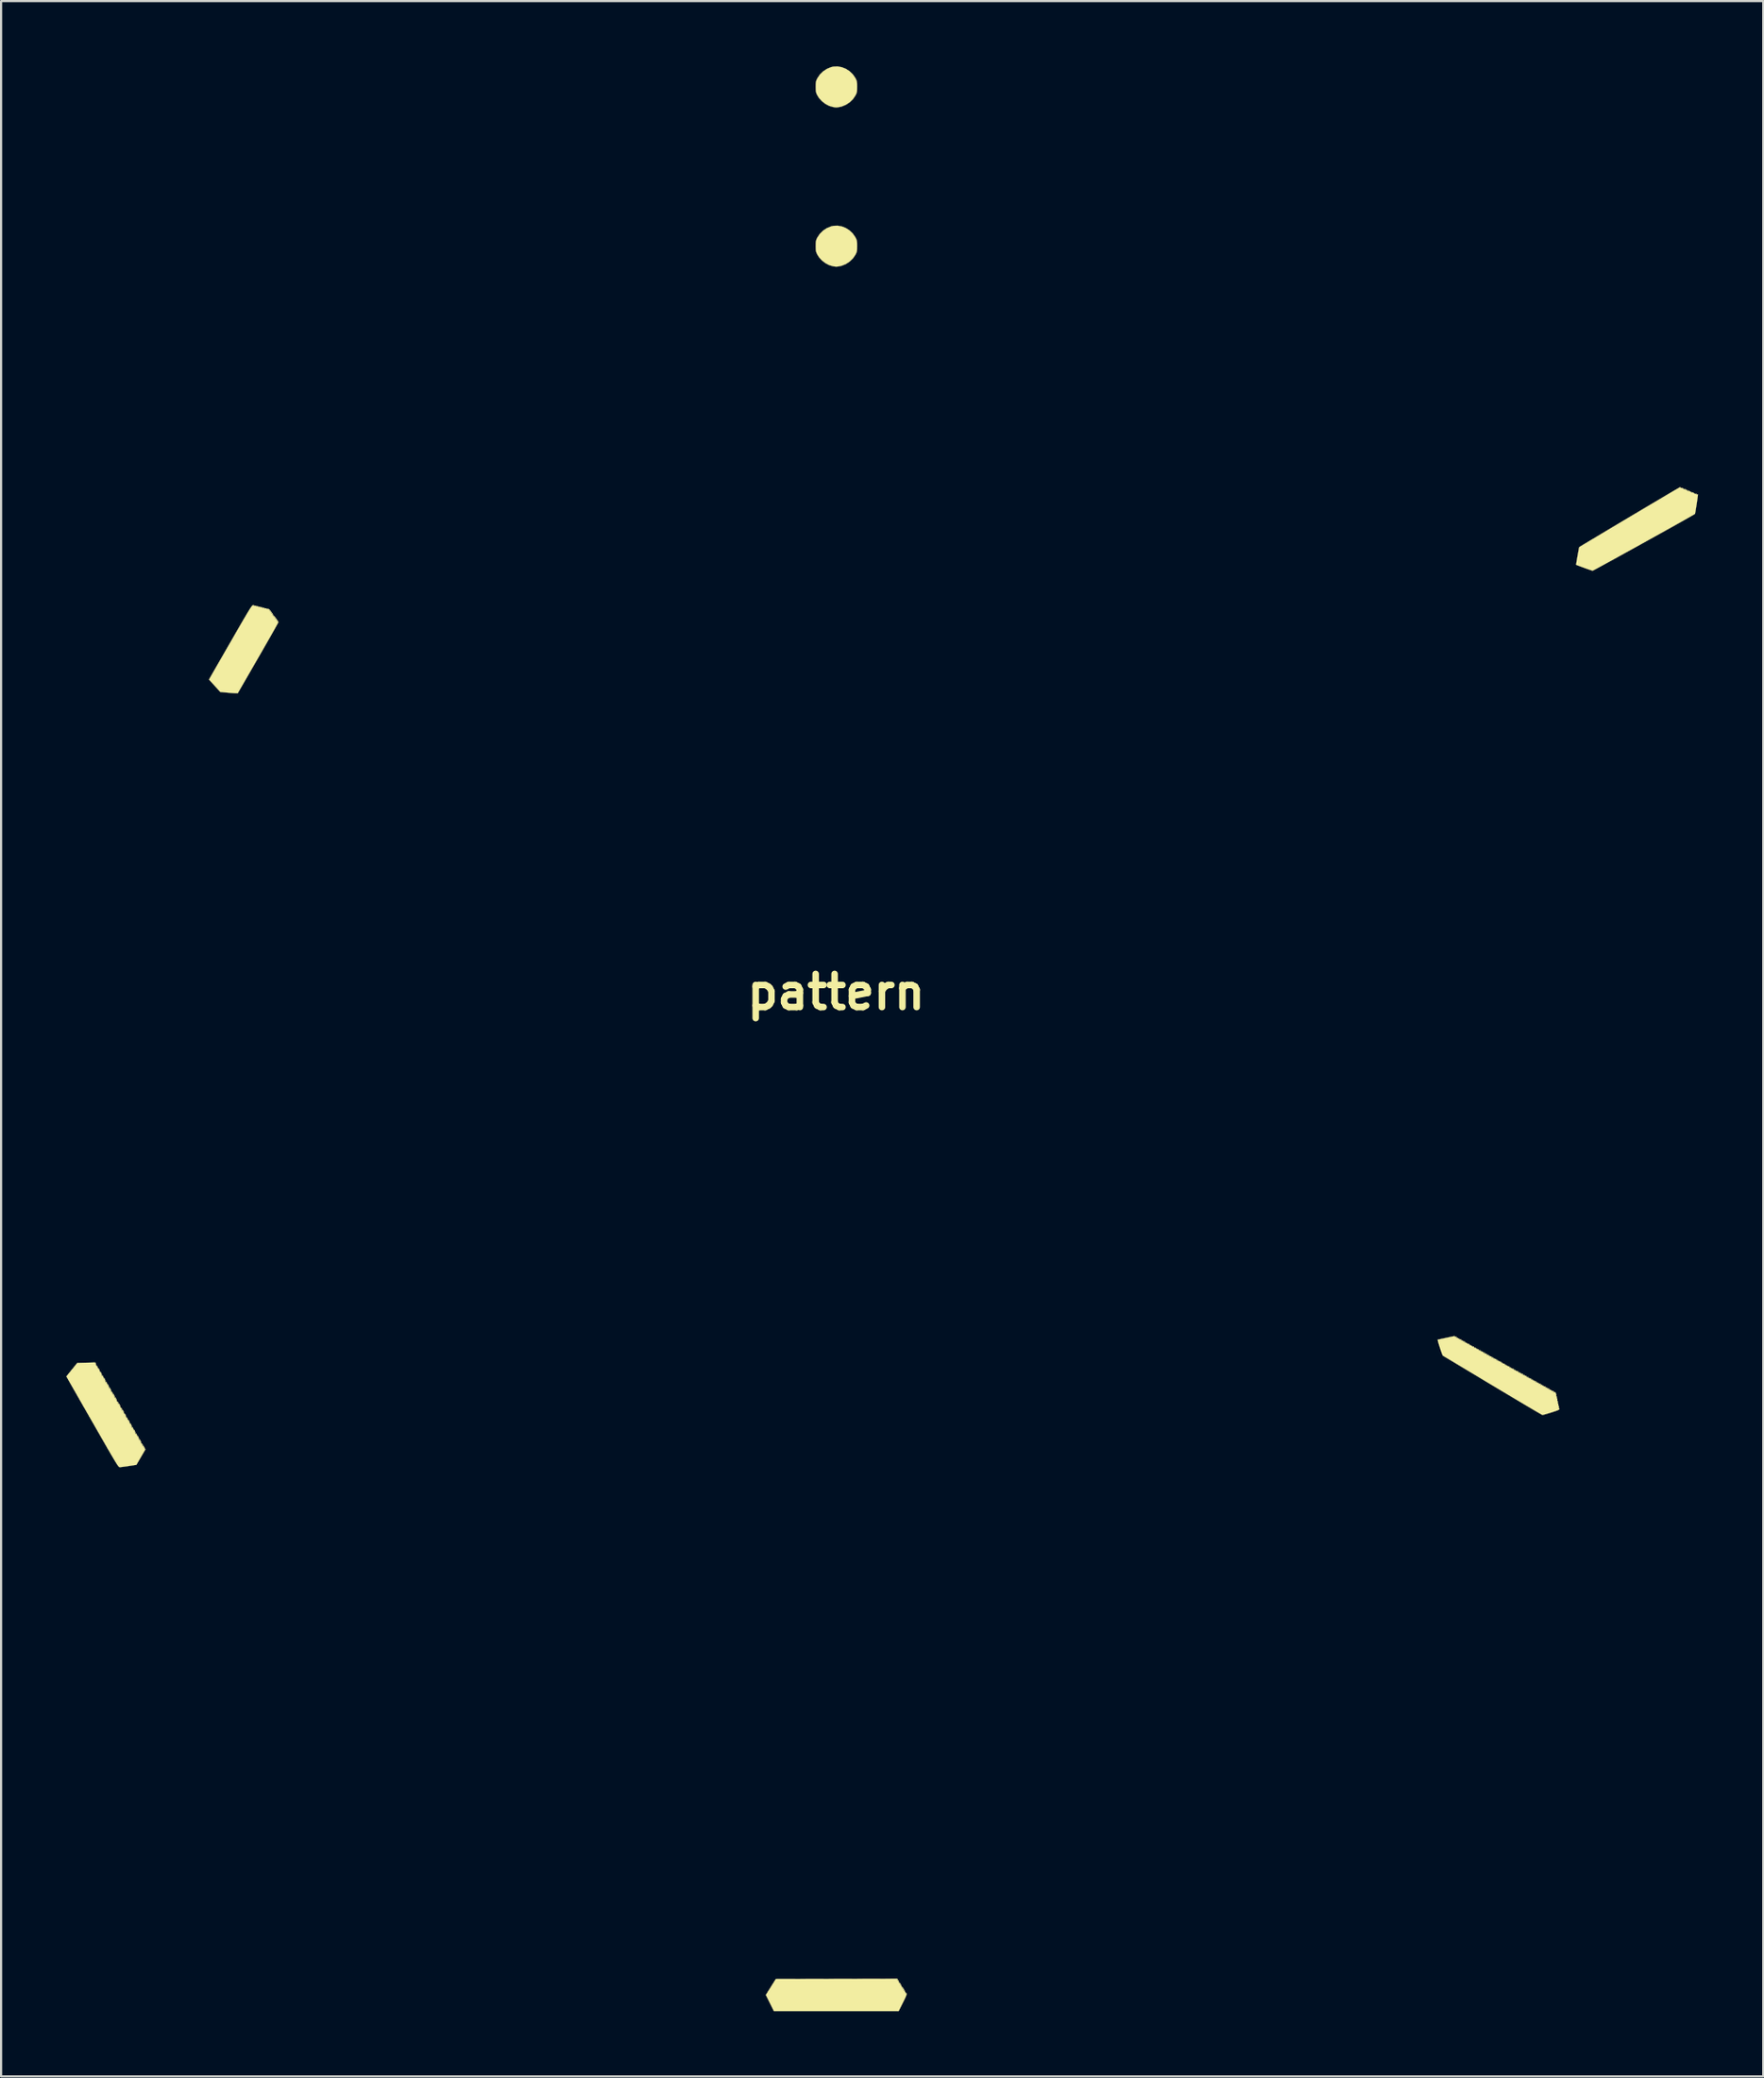
<source format=kicad_pcb>
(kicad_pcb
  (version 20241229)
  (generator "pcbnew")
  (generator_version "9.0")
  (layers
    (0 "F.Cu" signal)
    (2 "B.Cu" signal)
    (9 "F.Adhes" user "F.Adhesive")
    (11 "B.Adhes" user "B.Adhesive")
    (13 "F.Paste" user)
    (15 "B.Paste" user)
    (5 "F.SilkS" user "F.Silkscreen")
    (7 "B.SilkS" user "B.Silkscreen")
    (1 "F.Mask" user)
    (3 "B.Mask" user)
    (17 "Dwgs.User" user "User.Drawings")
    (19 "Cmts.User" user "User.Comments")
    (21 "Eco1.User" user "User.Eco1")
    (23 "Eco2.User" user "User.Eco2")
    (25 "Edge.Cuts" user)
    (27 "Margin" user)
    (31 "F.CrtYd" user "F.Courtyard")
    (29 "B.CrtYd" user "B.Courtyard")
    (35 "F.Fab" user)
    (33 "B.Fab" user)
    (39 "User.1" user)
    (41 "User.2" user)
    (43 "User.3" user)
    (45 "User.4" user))
  (footprint "pattern"
    (layer "F.Cu")
    (at 35.406 42.545)
    (property "Reference" "pattern" (at 0 0 0) (layer "F.SilkS") (effects (font (size 1.524 1.524) (thickness 0.3))))
    (attr through_hole)
    (fp_poly (pts (xy 28.584 15.884) (xy 28.572 15.896) (xy 28.56 15.884) (xy 28.572 15.872) (xy 28.584 15.884)) (stroke (width 0.01) (type solid)) (fill yes) (layer "F.SilkS"))
    (fp_poly (pts (xy 28.798 16.003) (xy 28.786 16.015) (xy 28.774 16.003) (xy 28.786 15.991) (xy 28.798 16.003)) (stroke (width 0.01) (type solid)) (fill yes) (layer "F.SilkS"))
    (fp_poly (pts (xy 28.964 16.098) (xy 28.952 16.11) (xy 28.94 16.098) (xy 28.952 16.086) (xy 28.964 16.098)) (stroke (width 0.01) (type solid)) (fill yes) (layer "F.SilkS"))
    (fp_poly (pts (xy 29.178 16.217) (xy 29.166 16.228) (xy 29.154 16.217) (xy 29.166 16.205) (xy 29.178 16.217)) (stroke (width 0.01) (type solid)) (fill yes) (layer "F.SilkS"))
    (fp_poly (pts (xy 29.392 16.335) (xy 29.38 16.347) (xy 29.368 16.335) (xy 29.38 16.323) (xy 29.392 16.335)) (stroke (width 0.01) (type solid)) (fill yes) (layer "F.SilkS"))
    (fp_poly (pts (xy 29.606 16.454) (xy 29.594 16.466) (xy 29.582 16.454) (xy 29.594 16.442) (xy 29.606 16.454)) (stroke (width 0.01) (type solid)) (fill yes) (layer "F.SilkS"))
    (fp_poly (pts (xy 29.819 16.573) (xy 29.808 16.585) (xy 29.796 16.573) (xy 29.808 16.561) (xy 29.819 16.573)) (stroke (width 0.01) (type solid)) (fill yes) (layer "F.SilkS"))
    (fp_poly (pts (xy 29.986 16.668) (xy 29.974 16.68) (xy 29.962 16.668) (xy 29.974 16.656) (xy 29.986 16.668)) (stroke (width 0.01) (type solid)) (fill yes) (layer "F.SilkS"))
    (fp_poly (pts (xy 30.2 16.787) (xy 30.188 16.799) (xy 30.176 16.787) (xy 30.188 16.775) (xy 30.2 16.787)) (stroke (width 0.01) (type solid)) (fill yes) (layer "F.SilkS"))
    (fp_poly (pts (xy 30.413 16.906) (xy 30.402 16.917) (xy 30.39 16.906) (xy 30.402 16.894) (xy 30.413 16.906)) (stroke (width 0.01) (type solid)) (fill yes) (layer "F.SilkS"))
    (fp_poly (pts (xy 30.627 17.024) (xy 30.615 17.036) (xy 30.604 17.024) (xy 30.615 17.013) (xy 30.627 17.024)) (stroke (width 0.01) (type solid)) (fill yes) (layer "F.SilkS"))
    (fp_poly (pts (xy 30.794 17.119) (xy 30.782 17.131) (xy 30.77 17.119) (xy 30.782 17.108) (xy 30.794 17.119)) (stroke (width 0.01) (type solid)) (fill yes) (layer "F.SilkS"))
    (fp_poly (pts (xy 31.007 17.238) (xy 30.996 17.25) (xy 30.984 17.238) (xy 30.996 17.226) (xy 31.007 17.238)) (stroke (width 0.01) (type solid)) (fill yes) (layer "F.SilkS"))
    (fp_poly (pts (xy 31.221 17.357) (xy 31.209 17.369) (xy 31.198 17.357) (xy 31.209 17.345) (xy 31.221 17.357)) (stroke (width 0.01) (type solid)) (fill yes) (layer "F.SilkS"))
    (fp_poly (pts (xy 31.435 17.476) (xy 31.423 17.488) (xy 31.411 17.476) (xy 31.423 17.464) (xy 31.435 17.476)) (stroke (width 0.01) (type solid)) (fill yes) (layer "F.SilkS"))
    (fp_poly (pts (xy 31.649 17.595) (xy 31.637 17.607) (xy 31.625 17.595) (xy 31.637 17.583) (xy 31.649 17.595)) (stroke (width 0.01) (type solid)) (fill yes) (layer "F.SilkS"))
    (fp_poly (pts (xy 31.815 17.69) (xy 31.803 17.702) (xy 31.792 17.69) (xy 31.803 17.678) (xy 31.815 17.69)) (stroke (width 0.01) (type solid)) (fill yes) (layer "F.SilkS"))
    (fp_poly (pts (xy 32.029 17.809) (xy 32.017 17.82) (xy 32.005 17.809) (xy 32.017 17.797) (xy 32.029 17.809)) (stroke (width 0.01) (type solid)) (fill yes) (layer "F.SilkS"))
    (fp_poly (pts (xy 32.243 17.927) (xy 32.231 17.939) (xy 32.219 17.927) (xy 32.231 17.915) (xy 32.243 17.927)) (stroke (width 0.01) (type solid)) (fill yes) (layer "F.SilkS"))
    (fp_poly (pts (xy 32.457 18.046) (xy 32.445 18.058) (xy 32.433 18.046) (xy 32.445 18.034) (xy 32.457 18.046)) (stroke (width 0.01) (type solid)) (fill yes) (layer "F.SilkS"))
    (fp_poly (pts (xy 32.671 18.165) (xy 32.659 18.177) (xy 32.647 18.165) (xy 32.659 18.153) (xy 32.671 18.165)) (stroke (width 0.01) (type solid)) (fill yes) (layer "F.SilkS"))
    (fp_poly (pts (xy 32.837 18.26) (xy 32.825 18.272) (xy 32.813 18.26) (xy 32.825 18.248) (xy 32.837 18.26)) (stroke (width 0.01) (type solid)) (fill yes) (layer "F.SilkS"))
    (fp_poly (pts (xy 33.051 18.379) (xy 33.039 18.391) (xy 33.027 18.379) (xy 33.039 18.367) (xy 33.051 18.379)) (stroke (width 0.01) (type solid)) (fill yes) (layer "F.SilkS"))
    (fp_poly (pts (xy 39.015 -23.131) (xy 39.003 -23.119) (xy 38.991 -23.131) (xy 39.003 -23.143) (xy 39.015 -23.131)) (stroke (width 0.01) (type solid)) (fill yes) (layer "F.SilkS"))
    (fp_poly (pts (xy 39.181 -23.06) (xy 39.169 -23.048) (xy 39.157 -23.06) (xy 39.169 -23.071) (xy 39.181 -23.06)) (stroke (width 0.01) (type solid)) (fill yes) (layer "F.SilkS"))
    (fp_poly (pts (xy 39.347 -22.988) (xy 39.336 -22.976) (xy 39.324 -22.988) (xy 39.336 -23) (xy 39.347 -22.988)) (stroke (width 0.01) (type solid)) (fill yes) (layer "F.SilkS"))
    (fp_poly (pts (xy 39.514 -22.917) (xy 39.502 -22.905) (xy 39.49 -22.917) (xy 39.502 -22.929) (xy 39.514 -22.917)) (stroke (width 0.01) (type solid)) (fill yes) (layer "F.SilkS"))
    (fp_poly (pts (xy 0.259 -42.505) (xy 0.444 -42.432) (xy 0.614 -42.323) (xy 0.761 -42.183) (xy 0.877 -42.017) (xy 0.887 -41.999) (xy 0.921 -41.93) (xy 0.943 -41.872) (xy 0.955 -41.812) (xy 0.961 -41.734) (xy 0.962 -41.625) (xy 0.962 -41.605) (xy 0.961 -41.49) (xy 0.957 -41.408) (xy 0.945 -41.346) (xy 0.925 -41.288) (xy 0.893 -41.222) (xy 0.887 -41.211) (xy 0.773 -41.041) (xy 0.624 -40.896) (xy 0.45 -40.781) (xy 0.259 -40.702) (xy 0.15 -40.677) (xy 0.072 -40.665) (xy 0.018 -40.659) (xy -0.029 -40.66) (xy -0.09 -40.669) (xy -0.148 -40.679) (xy -0.324 -40.73) (xy -0.496 -40.821) (xy -0.653 -40.943) (xy -0.786 -41.089) (xy -0.863 -41.211) (xy -0.897 -41.279) (xy -0.919 -41.337) (xy -0.932 -41.398) (xy -0.937 -41.475) (xy -0.939 -41.584) (xy -0.939 -41.605) (xy -0.938 -41.72) (xy -0.933 -41.801) (xy -0.922 -41.864) (xy -0.901 -41.921) (xy -0.869 -41.987) (xy -0.863 -41.999) (xy -0.749 -42.168) (xy -0.601 -42.313) (xy -0.427 -42.428) (xy -0.237 -42.507) (xy -0.127 -42.532) (xy 0.066 -42.54) (xy 0.259 -42.505)) (stroke (width 0.01) (type solid)) (fill yes) (layer "F.SilkS"))
    (fp_poly (pts (xy 0.259 -35.187) (xy 0.444 -35.114) (xy 0.614 -35.005) (xy 0.761 -34.865) (xy 0.877 -34.698) (xy 0.887 -34.681) (xy 0.921 -34.612) (xy 0.943 -34.554) (xy 0.955 -34.493) (xy 0.961 -34.416) (xy 0.962 -34.307) (xy 0.962 -34.286) (xy 0.961 -34.171) (xy 0.957 -34.09) (xy 0.945 -34.027) (xy 0.925 -33.97) (xy 0.893 -33.904) (xy 0.887 -33.892) (xy 0.773 -33.723) (xy 0.624 -33.578) (xy 0.45 -33.462) (xy 0.259 -33.384) (xy 0.15 -33.359) (xy 0.072 -33.346) (xy 0.018 -33.341) (xy -0.029 -33.342) (xy -0.09 -33.351) (xy -0.148 -33.36) (xy -0.324 -33.412) (xy -0.496 -33.503) (xy -0.653 -33.625) (xy -0.786 -33.771) (xy -0.863 -33.892) (xy -0.897 -33.961) (xy -0.919 -34.019) (xy -0.932 -34.079) (xy -0.937 -34.157) (xy -0.939 -34.266) (xy -0.939 -34.286) (xy -0.938 -34.401) (xy -0.933 -34.483) (xy -0.922 -34.545) (xy -0.901 -34.603) (xy -0.869 -34.669) (xy -0.863 -34.681) (xy -0.749 -34.849) (xy -0.601 -34.995) (xy -0.427 -35.11) (xy -0.237 -35.188) (xy -0.127 -35.214) (xy 0.066 -35.222) (xy 0.259 -35.187)) (stroke (width 0.01) (type solid)) (fill yes) (layer "F.SilkS"))
    (fp_poly (pts (xy 2.855 45.424) (xy 2.882 45.479) (xy 2.89 45.518) (xy 2.888 45.523) (xy 2.892 45.554) (xy 2.902 45.563) (xy 2.919 45.566) (xy 2.913 45.553) (xy 2.904 45.528) (xy 2.907 45.525) (xy 2.93 45.544) (xy 2.96 45.591) (xy 2.988 45.646) (xy 3.006 45.693) (xy 3.007 45.713) (xy 3.01 45.744) (xy 3.021 45.753) (xy 3.038 45.756) (xy 3.032 45.743) (xy 3.023 45.718) (xy 3.026 45.715) (xy 3.047 45.734) (xy 3.081 45.782) (xy 3.118 45.844) (xy 3.151 45.907) (xy 3.171 45.955) (xy 3.174 45.974) (xy 3.177 46.005) (xy 3.187 46.014) (xy 3.204 46.017) (xy 3.198 46.004) (xy 3.19 45.979) (xy 3.194 45.977) (xy 3.213 45.995) (xy 3.231 46.023) (xy 3.237 46.047) (xy 3.232 46.084) (xy 3.213 46.139) (xy 3.179 46.218) (xy 3.126 46.328) (xy 3.065 46.451) (xy 2.875 46.832) (xy -2.864 46.832) (xy -3.234 46.091) (xy -3.214 46.06) (xy 3.208 46.06) (xy 3.22 46.072) (xy 3.231 46.06) (xy 3.22 46.048) (xy 3.208 46.06) (xy -3.214 46.06) (xy -3.14 45.941) (xy 3.136 45.941) (xy 3.148 45.953) (xy 3.16 45.941) (xy 3.148 45.929) (xy 3.136 45.941) (xy -3.14 45.941) (xy -3.092 45.865) (xy 3.093 45.865) (xy 3.098 45.878) (xy 3.122 45.903) (xy 3.136 45.898) (xy 3.136 45.895) (xy 3.12 45.875) (xy 3.109 45.867) (xy 3.093 45.865) (xy -3.092 45.865) (xy -3.047 45.793) (xy 3.045 45.793) (xy 3.051 45.807) (xy 3.075 45.832) (xy 3.089 45.827) (xy 3.089 45.824) (xy 3.072 45.803) (xy 3.061 45.796) (xy 3.045 45.793) (xy -3.047 45.793) (xy -3.004 45.725) (xy -2.975 45.68) (xy 2.97 45.68) (xy 2.982 45.691) (xy 2.994 45.68) (xy 2.982 45.668) (xy 2.97 45.68) (xy -2.975 45.68) (xy -2.928 45.603) (xy 2.926 45.603) (xy 2.932 45.617) (xy 2.956 45.642) (xy 2.97 45.637) (xy 2.97 45.633) (xy 2.953 45.613) (xy 2.943 45.606) (xy 2.926 45.603) (xy -2.928 45.603) (xy -2.856 45.49) (xy 2.851 45.49) (xy 2.863 45.501) (xy 2.875 45.49) (xy 2.863 45.478) (xy 2.851 45.49) (xy -2.856 45.49) (xy -2.808 45.413) (xy 2.808 45.413) (xy 2.813 45.426) (xy 2.837 45.452) (xy 2.851 45.447) (xy 2.851 45.443) (xy 2.834 45.423) (xy 2.824 45.416) (xy 2.808 45.413) (xy -2.808 45.413) (xy -2.782 45.371) (xy 2.78 45.371) (xy 2.792 45.383) (xy 2.804 45.371) (xy 2.792 45.359) (xy 2.78 45.371) (xy -2.782 45.371) (xy -2.774 45.359) (xy 2.807 45.347) (xy 2.855 45.424)) (stroke (width 0.01) (type solid)) (fill yes) (layer "F.SilkS"))
    (fp_poly (pts (xy 38.833 -23.184) (xy 38.837 -23.169) (xy 38.869 -23.172) (xy 38.904 -23.175) (xy 38.904 -23.16) (xy 38.906 -23.145) (xy 38.929 -23.15) (xy 38.956 -23.154) (xy 38.956 -23.144) (xy 38.963 -23.122) (xy 38.997 -23.106) (xy 39.041 -23.102) (xy 39.066 -23.109) (xy 39.082 -23.112) (xy 39.074 -23.095) (xy 39.069 -23.074) (xy 39.095 -23.079) (xy 39.123 -23.083) (xy 39.123 -23.073) (xy 39.129 -23.051) (xy 39.164 -23.035) (xy 39.207 -23.03) (xy 39.232 -23.038) (xy 39.248 -23.041) (xy 39.24 -23.024) (xy 39.235 -23.002) (xy 39.262 -23.008) (xy 39.289 -23.011) (xy 39.289 -23.002) (xy 39.295 -22.98) (xy 39.33 -22.963) (xy 39.373 -22.959) (xy 39.398 -22.967) (xy 39.415 -22.97) (xy 39.407 -22.952) (xy 39.401 -22.931) (xy 39.428 -22.936) (xy 39.455 -22.94) (xy 39.455 -22.93) (xy 39.462 -22.908) (xy 39.496 -22.892) (xy 39.54 -22.888) (xy 39.565 -22.895) (xy 39.581 -22.899) (xy 39.573 -22.881) (xy 39.568 -22.86) (xy 39.593 -22.865) (xy 39.626 -22.873) (xy 39.633 -22.871) (xy 39.629 -22.83) (xy 39.62 -22.754) (xy 39.606 -22.652) (xy 39.589 -22.534) (xy 39.57 -22.408) (xy 39.55 -22.283) (xy 39.532 -22.169) (xy 39.516 -22.073) (xy 39.503 -22.006) (xy 39.496 -21.976) (xy 39.496 -21.975) (xy 39.469 -21.959) (xy 39.405 -21.921) (xy 39.306 -21.864) (xy 39.175 -21.79) (xy 39.016 -21.7) (xy 38.831 -21.596) (xy 38.624 -21.48) (xy 38.399 -21.354) (xy 38.158 -21.22) (xy 37.905 -21.079) (xy 37.642 -20.933) (xy 37.374 -20.784) (xy 37.102 -20.633) (xy 36.832 -20.483) (xy 36.565 -20.336) (xy 36.304 -20.192) (xy 36.054 -20.054) (xy 35.818 -19.924) (xy 35.598 -19.803) (xy 35.397 -19.693) (xy 35.22 -19.596) (xy 35.069 -19.514) (xy 34.947 -19.448) (xy 34.858 -19.401) (xy 34.805 -19.373) (xy 34.79 -19.367) (xy 34.755 -19.376) (xy 34.684 -19.398) (xy 34.585 -19.432) (xy 34.468 -19.473) (xy 34.393 -19.501) (xy 34.272 -19.546) (xy 34.168 -19.584) (xy 34.089 -19.615) (xy 34.041 -19.633) (xy 34.031 -19.637) (xy 34.033 -19.66) (xy 34.042 -19.721) (xy 34.057 -19.81) (xy 34.075 -19.918) (xy 34.095 -20.036) (xy 34.116 -20.154) (xy 34.136 -20.264) (xy 34.153 -20.355) (xy 34.166 -20.419) (xy 34.173 -20.447) (xy 34.173 -20.447) (xy 34.197 -20.463) (xy 34.258 -20.501) (xy 34.354 -20.559) (xy 34.482 -20.636) (xy 34.637 -20.729) (xy 34.818 -20.837) (xy 35.02 -20.958) (xy 35.241 -21.09) (xy 35.477 -21.231) (xy 35.726 -21.38) (xy 35.984 -21.533) (xy 36.248 -21.69) (xy 36.515 -21.849) (xy 36.781 -22.007) (xy 37.044 -22.163) (xy 37.3 -22.315) (xy 37.546 -22.461) (xy 37.78 -22.599) (xy 37.997 -22.728) (xy 38.195 -22.845) (xy 38.37 -22.948) (xy 38.519 -23.036) (xy 38.64 -23.106) (xy 38.729 -23.158) (xy 38.782 -23.188) (xy 38.797 -23.196) (xy 38.833 -23.199) (xy 38.833 -23.184)) (stroke (width 0.01) (type solid)) (fill yes) (layer "F.SilkS"))
    (fp_poly (pts (xy -26.771 -17.765) (xy -26.763 -17.752) (xy -26.723 -17.754) (xy -26.681 -17.756) (xy -26.675 -17.742) (xy -26.668 -17.728) (xy -26.628 -17.73) (xy -26.586 -17.732) (xy -26.58 -17.718) (xy -26.573 -17.704) (xy -26.533 -17.707) (xy -26.49 -17.709) (xy -26.485 -17.695) (xy -26.478 -17.68) (xy -26.438 -17.683) (xy -26.395 -17.685) (xy -26.39 -17.671) (xy -26.383 -17.657) (xy -26.343 -17.659) (xy -26.3 -17.661) (xy -26.295 -17.647) (xy -26.288 -17.633) (xy -26.248 -17.635) (xy -26.205 -17.637) (xy -26.2 -17.623) (xy -26.193 -17.609) (xy -26.154 -17.611) (xy -26.119 -17.612) (xy -26.103 -17.604) (xy -26.113 -17.595) (xy -26.101 -17.583) (xy -26.089 -17.595) (xy -26.094 -17.6) (xy -26.086 -17.596) (xy -26.045 -17.554) (xy -25.989 -17.481) (xy -25.982 -17.473) (xy -25.932 -17.399) (xy -25.897 -17.34) (xy -25.884 -17.304) (xy -25.885 -17.301) (xy -25.88 -17.271) (xy -25.857 -17.247) (xy -25.829 -17.227) (xy -25.835 -17.239) (xy -25.848 -17.256) (xy -25.869 -17.288) (xy -25.869 -17.298) (xy -25.848 -17.28) (xy -25.809 -17.234) (xy -25.762 -17.172) (xy -25.715 -17.105) (xy -25.676 -17.046) (xy -25.655 -17.007) (xy -25.653 -17) (xy -25.665 -16.976) (xy -25.699 -16.913) (xy -25.753 -16.816) (xy -25.825 -16.687) (xy -25.914 -16.53) (xy -26.017 -16.347) (xy -26.134 -16.143) (xy -26.262 -15.919) (xy -26.399 -15.68) (xy -26.544 -15.428) (xy -26.588 -15.353) (xy -27.522 -13.734) (xy -27.655 -13.737) (xy -27.735 -13.741) (xy -27.846 -13.749) (xy -27.971 -13.759) (xy -28.056 -13.767) (xy -28.324 -13.793) (xy -28.583 -14.078) (xy -28.843 -14.363) (xy -28.767 -14.498) (xy -28.743 -14.54) (xy -28.697 -14.62) (xy -28.632 -14.734) (xy -28.549 -14.878) (xy -28.45 -15.05) (xy -28.338 -15.245) (xy -28.214 -15.46) (xy -28.081 -15.691) (xy -27.94 -15.936) (xy -27.794 -16.189) (xy -27.788 -16.2) (xy -27.619 -16.494) (xy -27.471 -16.749) (xy -27.344 -16.969) (xy -27.325 -17.001) (xy -25.685 -17.001) (xy -25.673 -16.989) (xy -25.661 -17.001) (xy -25.673 -17.013) (xy -25.685 -17.001) (xy -27.325 -17.001) (xy -27.263 -17.107) (xy -25.755 -17.107) (xy -25.749 -17.095) (xy -25.736 -17.078) (xy -25.701 -17.041) (xy -25.686 -17.041) (xy -25.685 -17.045) (xy -25.701 -17.065) (xy -25.727 -17.087) (xy -25.755 -17.107) (xy -27.263 -17.107) (xy -27.236 -17.155) (xy -27.207 -17.202) (xy -25.826 -17.202) (xy -25.82 -17.19) (xy -25.807 -17.173) (xy -25.772 -17.136) (xy -25.757 -17.136) (xy -25.756 -17.14) (xy -25.773 -17.16) (xy -25.798 -17.182) (xy -25.826 -17.202) (xy -27.207 -17.202) (xy -27.144 -17.31) (xy -27.113 -17.362) (xy -25.943 -17.362) (xy -25.937 -17.349) (xy -25.913 -17.323) (xy -25.899 -17.329) (xy -25.899 -17.332) (xy -25.916 -17.352) (xy -25.926 -17.359) (xy -25.943 -17.362) (xy -27.113 -17.362) (xy -27.068 -17.438) (xy -27.052 -17.464) (xy -26.016 -17.464) (xy -26.01 -17.451) (xy -25.997 -17.434) (xy -25.962 -17.397) (xy -25.947 -17.398) (xy -25.946 -17.402) (xy -25.963 -17.422) (xy -25.988 -17.443) (xy -26.016 -17.464) (xy -27.052 -17.464) (xy -27.005 -17.54) (xy -26.994 -17.559) (xy -26.087 -17.559) (xy -26.082 -17.547) (xy -26.068 -17.529) (xy -26.034 -17.492) (xy -26.018 -17.493) (xy -26.018 -17.497) (xy -26.034 -17.517) (xy -26.059 -17.538) (xy -26.087 -17.559) (xy -26.994 -17.559) (xy -26.955 -17.62) (xy -26.915 -17.68) (xy -26.884 -17.724) (xy -26.86 -17.752) (xy -26.841 -17.769) (xy -26.826 -17.777) (xy -26.821 -17.778) (xy -26.778 -17.779) (xy -26.771 -17.765)) (stroke (width 0.01) (type solid)) (fill yes) (layer "F.SilkS"))
    (fp_poly (pts (xy 28.452 15.817) (xy 28.449 15.831) (xy 28.451 15.846) (xy 28.472 15.841) (xy 28.513 15.841) (xy 28.527 15.853) (xy 28.528 15.869) (xy 28.51 15.862) (xy 28.501 15.861) (xy 28.524 15.883) (xy 28.571 15.907) (xy 28.602 15.908) (xy 28.622 15.91) (xy 28.617 15.924) (xy 28.616 15.941) (xy 28.641 15.936) (xy 28.668 15.932) (xy 28.664 15.948) (xy 28.664 15.965) (xy 28.686 15.96) (xy 28.727 15.96) (xy 28.741 15.972) (xy 28.742 15.987) (xy 28.724 15.981) (xy 28.715 15.98) (xy 28.738 16.001) (xy 28.785 16.026) (xy 28.816 16.027) (xy 28.836 16.029) (xy 28.831 16.043) (xy 28.83 16.06) (xy 28.852 16.055) (xy 28.894 16.055) (xy 28.908 16.067) (xy 28.909 16.082) (xy 28.891 16.076) (xy 28.881 16.075) (xy 28.904 16.097) (xy 28.951 16.121) (xy 28.982 16.122) (xy 29.002 16.124) (xy 28.997 16.138) (xy 28.996 16.155) (xy 29.021 16.15) (xy 29.049 16.146) (xy 29.045 16.161) (xy 29.044 16.179) (xy 29.066 16.174) (xy 29.107 16.174) (xy 29.121 16.186) (xy 29.122 16.201) (xy 29.104 16.195) (xy 29.095 16.194) (xy 29.118 16.215) (xy 29.165 16.24) (xy 29.196 16.241) (xy 29.216 16.242) (xy 29.211 16.257) (xy 29.21 16.274) (xy 29.235 16.268) (xy 29.263 16.264) (xy 29.258 16.28) (xy 29.258 16.298) (xy 29.28 16.293) (xy 29.321 16.293) (xy 29.335 16.304) (xy 29.336 16.32) (xy 29.318 16.314) (xy 29.309 16.313) (xy 29.332 16.334) (xy 29.379 16.359) (xy 29.41 16.36) (xy 29.43 16.361) (xy 29.425 16.375) (xy 29.424 16.393) (xy 29.449 16.387) (xy 29.476 16.383) (xy 29.472 16.399) (xy 29.471 16.417) (xy 29.494 16.412) (xy 29.535 16.412) (xy 29.549 16.423) (xy 29.55 16.439) (xy 29.532 16.432) (xy 29.522 16.431) (xy 29.546 16.453) (xy 29.593 16.478) (xy 29.624 16.479) (xy 29.644 16.48) (xy 29.639 16.494) (xy 29.638 16.512) (xy 29.662 16.506) (xy 29.69 16.502) (xy 29.686 16.518) (xy 29.685 16.536) (xy 29.708 16.531) (xy 29.749 16.531) (xy 29.763 16.542) (xy 29.764 16.558) (xy 29.746 16.551) (xy 29.736 16.55) (xy 29.759 16.572) (xy 29.806 16.596) (xy 29.838 16.598) (xy 29.858 16.599) (xy 29.852 16.613) (xy 29.852 16.631) (xy 29.874 16.626) (xy 29.915 16.626) (xy 29.929 16.637) (xy 29.93 16.653) (xy 29.912 16.646) (xy 29.903 16.645) (xy 29.926 16.667) (xy 29.973 16.691) (xy 30.004 16.693) (xy 30.024 16.694) (xy 30.019 16.708) (xy 30.018 16.725) (xy 30.043 16.72) (xy 30.07 16.716) (xy 30.066 16.732) (xy 30.065 16.749) (xy 30.088 16.744) (xy 30.129 16.744) (xy 30.143 16.756) (xy 30.144 16.771) (xy 30.126 16.765) (xy 30.116 16.764) (xy 30.14 16.786) (xy 30.187 16.81) (xy 30.218 16.811) (xy 30.238 16.813) (xy 30.233 16.827) (xy 30.232 16.844) (xy 30.256 16.839) (xy 30.284 16.835) (xy 30.28 16.851) (xy 30.279 16.868) (xy 30.302 16.863) (xy 30.343 16.863) (xy 30.357 16.875) (xy 30.358 16.89) (xy 30.34 16.884) (xy 30.33 16.883) (xy 30.353 16.904) (xy 30.401 16.929) (xy 30.432 16.93) (xy 30.452 16.932) (xy 30.446 16.946) (xy 30.446 16.963) (xy 30.47 16.957) (xy 30.498 16.954) (xy 30.494 16.969) (xy 30.493 16.987) (xy 30.516 16.982) (xy 30.557 16.982) (xy 30.571 16.993) (xy 30.572 17.009) (xy 30.554 17.003) (xy 30.544 17.002) (xy 30.567 17.023) (xy 30.614 17.048) (xy 30.646 17.049) (xy 30.665 17.05) (xy 30.66 17.064) (xy 30.659 17.082) (xy 30.682 17.077) (xy 30.723 17.077) (xy 30.737 17.089) (xy 30.738 17.104) (xy 30.72 17.098) (xy 30.71 17.097) (xy 30.734 17.118) (xy 30.781 17.143) (xy 30.812 17.144) (xy 30.832 17.145) (xy 30.827 17.159) (xy 30.826 17.177) (xy 30.85 17.171) (xy 30.878 17.167) (xy 30.874 17.183) (xy 30.873 17.201) (xy 30.896 17.196) (xy 30.937 17.196) (xy 30.951 17.207) (xy 30.952 17.223) (xy 30.934 17.216) (xy 30.924 17.215) (xy 30.947 17.237) (xy 30.995 17.262) (xy 31.026 17.263) (xy 31.046 17.264) (xy 31.04 17.278) (xy 31.04 17.296) (xy 31.064 17.29) (xy 31.092 17.286) (xy 31.088 17.302) (xy 31.087 17.32) (xy 31.11 17.315) (xy 31.151 17.315) (xy 31.165 17.326) (xy 31.166 17.342) (xy 31.148 17.335) (xy 31.138 17.334) (xy 31.161 17.356) (xy 31.208 17.38) (xy 31.24 17.382) (xy 31.259 17.383) (xy 31.254 17.397) (xy 31.254 17.414) (xy 31.278 17.409) (xy 31.306 17.405) (xy 31.302 17.421) (xy 31.301 17.438) (xy 31.324 17.433) (xy 31.365 17.433) (xy 31.379 17.445) (xy 31.38 17.46) (xy 31.362 17.454) (xy 31.352 17.453) (xy 31.375 17.475) (xy 31.422 17.499) (xy 31.454 17.5) (xy 31.473 17.502) (xy 31.468 17.516) (xy 31.467 17.533) (xy 31.492 17.528) (xy 31.52 17.524) (xy 31.516 17.54) (xy 31.515 17.557) (xy 31.537 17.552) (xy 31.578 17.552) (xy 31.593 17.564) (xy 31.594 17.579) (xy 31.575 17.573) (xy 31.566 17.572) (xy 31.589 17.593) (xy 31.636 17.618) (xy 31.667 17.619) (xy 31.687 17.621) (xy 31.682 17.635) (xy 31.681 17.652) (xy 31.704 17.647) (xy 31.745 17.647) (xy 31.759 17.659) (xy 31.76 17.674) (xy 31.742 17.668) (xy 31.732 17.667) (xy 31.755 17.688) (xy 31.802 17.713) (xy 31.834 17.714) (xy 31.854 17.716) (xy 31.848 17.73) (xy 31.848 17.747) (xy 31.872 17.742) (xy 31.9 17.738) (xy 31.896 17.753) (xy 31.895 17.771) (xy 31.918 17.766) (xy 31.959 17.766) (xy 31.973 17.778) (xy 31.974 17.793) (xy 31.956 17.787) (xy 31.946 17.786) (xy 31.969 17.807) (xy 32.016 17.832) (xy 32.048 17.833) (xy 32.067 17.834) (xy 32.062 17.848) (xy 32.061 17.866) (xy 32.086 17.86) (xy 32.114 17.856) (xy 32.11 17.872) (xy 32.109 17.89) (xy 32.131 17.885) (xy 32.172 17.885) (xy 32.187 17.896) (xy 32.188 17.912) (xy 32.169 17.905) (xy 32.16 17.905) (xy 32.183 17.926) (xy 32.23 17.951) (xy 32.261 17.952) (xy 32.281 17.953) (xy 32.276 17.967) (xy 32.275 17.985) (xy 32.3 17.979) (xy 32.328 17.975) (xy 32.324 17.991) (xy 32.323 18.009) (xy 32.345 18.004) (xy 32.386 18.004) (xy 32.4 18.015) (xy 32.401 18.031) (xy 32.383 18.024) (xy 32.374 18.023) (xy 32.397 18.045) (xy 32.444 18.07) (xy 32.475 18.071) (xy 32.495 18.072) (xy 32.49 18.086) (xy 32.489 18.104) (xy 32.514 18.098) (xy 32.541 18.094) (xy 32.537 18.11) (xy 32.537 18.127) (xy 32.559 18.122) (xy 32.6 18.123) (xy 32.614 18.134) (xy 32.615 18.15) (xy 32.597 18.143) (xy 32.587 18.142) (xy 32.611 18.164) (xy 32.658 18.188) (xy 32.689 18.189) (xy 32.709 18.191) (xy 32.704 18.205) (xy 32.703 18.223) (xy 32.725 18.218) (xy 32.766 18.218) (xy 32.781 18.229) (xy 32.782 18.245) (xy 32.763 18.238) (xy 32.754 18.237) (xy 32.777 18.259) (xy 32.824 18.283) (xy 32.855 18.285) (xy 32.875 18.286) (xy 32.87 18.3) (xy 32.869 18.317) (xy 32.894 18.312) (xy 32.922 18.308) (xy 32.918 18.324) (xy 32.917 18.341) (xy 32.939 18.336) (xy 32.98 18.336) (xy 32.994 18.348) (xy 32.995 18.363) (xy 32.977 18.357) (xy 32.968 18.356) (xy 32.991 18.378) (xy 33.039 18.402) (xy 33.071 18.403) (xy 33.094 18.405) (xy 33.092 18.438) (xy 33.09 18.471) (xy 33.104 18.47) (xy 33.119 18.478) (xy 33.118 18.527) (xy 33.118 18.529) (xy 33.116 18.577) (xy 33.129 18.588) (xy 33.13 18.588) (xy 33.143 18.596) (xy 33.141 18.636) (xy 33.139 18.678) (xy 33.153 18.684) (xy 33.167 18.692) (xy 33.166 18.739) (xy 33.165 18.742) (xy 33.164 18.79) (xy 33.176 18.803) (xy 33.177 18.802) (xy 33.19 18.811) (xy 33.19 18.857) (xy 33.189 18.861) (xy 33.187 18.909) (xy 33.2 18.921) (xy 33.201 18.92) (xy 33.215 18.929) (xy 33.212 18.969) (xy 33.21 19.011) (xy 33.224 19.016) (xy 33.238 19.025) (xy 33.237 19.072) (xy 33.237 19.075) (xy 33.235 19.122) (xy 33.246 19.136) (xy 33.248 19.135) (xy 33.262 19.142) (xy 33.261 19.165) (xy 33.247 19.185) (xy 33.207 19.209) (xy 33.138 19.238) (xy 33.033 19.274) (xy 32.888 19.321) (xy 32.885 19.322) (xy 32.758 19.36) (xy 32.646 19.393) (xy 32.556 19.418) (xy 32.498 19.432) (xy 32.481 19.434) (xy 32.456 19.422) (xy 32.393 19.386) (xy 32.295 19.33) (xy 32.164 19.254) (xy 32.003 19.159) (xy 31.814 19.048) (xy 31.6 18.921) (xy 31.365 18.781) (xy 31.109 18.629) (xy 30.837 18.467) (xy 30.55 18.296) (xy 30.252 18.117) (xy 30.188 18.079) (xy 29.887 17.899) (xy 29.598 17.725) (xy 29.323 17.56) (xy 29.064 17.405) (xy 28.824 17.261) (xy 28.606 17.131) (xy 28.413 17.014) (xy 28.246 16.914) (xy 28.109 16.832) (xy 28.004 16.77) (xy 27.934 16.728) (xy 27.902 16.708) (xy 27.9 16.707) (xy 27.886 16.682) (xy 27.862 16.621) (xy 27.831 16.534) (xy 27.795 16.43) (xy 27.759 16.319) (xy 27.724 16.21) (xy 27.695 16.112) (xy 27.674 16.035) (xy 27.663 15.988) (xy 27.663 15.978) (xy 27.687 15.972) (xy 27.748 15.958) (xy 27.837 15.938) (xy 27.946 15.915) (xy 28.066 15.889) (xy 28.187 15.863) (xy 28.301 15.839) (xy 28.398 15.819) (xy 28.424 15.814) (xy 28.452 15.817)) (stroke (width 0.01) (type solid)) (fill yes) (layer "F.SilkS"))
    (fp_poly (pts (xy -34.05 17.08) (xy -34.035 17.129) (xy -34.037 17.155) (xy -34.032 17.184) (xy -34.022 17.193) (xy -34.005 17.195) (xy -34.011 17.177) (xy -34.012 17.167) (xy -33.991 17.19) (xy -33.966 17.236) (xy -33.964 17.267) (xy -33.958 17.304) (xy -33.949 17.312) (xy -33.934 17.314) (xy -33.94 17.301) (xy -33.948 17.277) (xy -33.944 17.274) (xy -33.923 17.294) (xy -33.897 17.339) (xy -33.876 17.392) (xy -33.868 17.432) (xy -33.87 17.439) (xy -33.866 17.469) (xy -33.855 17.478) (xy -33.839 17.481) (xy -33.845 17.468) (xy -33.853 17.443) (xy -33.849 17.44) (xy -33.828 17.46) (xy -33.802 17.506) (xy -33.781 17.558) (xy -33.773 17.598) (xy -33.775 17.606) (xy -33.771 17.635) (xy -33.76 17.644) (xy -33.743 17.647) (xy -33.75 17.628) (xy -33.751 17.618) (xy -33.729 17.642) (xy -33.704 17.688) (xy -33.703 17.718) (xy -33.697 17.755) (xy -33.688 17.764) (xy -33.673 17.766) (xy -33.678 17.753) (xy -33.686 17.728) (xy -33.683 17.725) (xy -33.661 17.745) (xy -33.636 17.791) (xy -33.615 17.843) (xy -33.607 17.883) (xy -33.609 17.891) (xy -33.605 17.92) (xy -33.594 17.929) (xy -33.577 17.932) (xy -33.584 17.913) (xy -33.585 17.903) (xy -33.563 17.927) (xy -33.538 17.973) (xy -33.536 18.003) (xy -33.531 18.04) (xy -33.521 18.049) (xy -33.506 18.051) (xy -33.512 18.038) (xy -33.52 18.013) (xy -33.516 18.01) (xy -33.495 18.03) (xy -33.47 18.076) (xy -33.449 18.129) (xy -33.441 18.169) (xy -33.442 18.176) (xy -33.438 18.205) (xy -33.428 18.214) (xy -33.411 18.218) (xy -33.417 18.204) (xy -33.425 18.179) (xy -33.421 18.177) (xy -33.4 18.196) (xy -33.375 18.242) (xy -33.354 18.295) (xy -33.346 18.335) (xy -33.347 18.342) (xy -33.343 18.372) (xy -33.333 18.381) (xy -33.316 18.383) (xy -33.322 18.365) (xy -33.323 18.355) (xy -33.302 18.378) (xy -33.277 18.424) (xy -33.275 18.455) (xy -33.269 18.492) (xy -33.26 18.5) (xy -33.245 18.502) (xy -33.251 18.489) (xy -33.259 18.465) (xy -33.255 18.462) (xy -33.234 18.482) (xy -33.208 18.527) (xy -33.187 18.58) (xy -33.179 18.62) (xy -33.181 18.627) (xy -33.177 18.657) (xy -33.166 18.666) (xy -33.15 18.669) (xy -33.156 18.656) (xy -33.164 18.631) (xy -33.16 18.628) (xy -33.139 18.648) (xy -33.113 18.694) (xy -33.092 18.746) (xy -33.084 18.786) (xy -33.086 18.794) (xy -33.082 18.823) (xy -33.071 18.832) (xy -33.054 18.835) (xy -33.061 18.816) (xy -33.062 18.806) (xy -33.04 18.83) (xy -33.015 18.876) (xy -33.014 18.906) (xy -33.008 18.943) (xy -32.999 18.952) (xy -32.984 18.954) (xy -32.989 18.941) (xy -32.997 18.916) (xy -32.993 18.913) (xy -32.972 18.933) (xy -32.947 18.979) (xy -32.926 19.031) (xy -32.918 19.071) (xy -32.92 19.079) (xy -32.915 19.108) (xy -32.905 19.117) (xy -32.888 19.12) (xy -32.895 19.101) (xy -32.895 19.091) (xy -32.874 19.115) (xy -32.849 19.161) (xy -32.847 19.191) (xy -32.842 19.228) (xy -32.832 19.237) (xy -32.817 19.239) (xy -32.823 19.226) (xy -32.831 19.201) (xy -32.827 19.199) (xy -32.806 19.218) (xy -32.781 19.264) (xy -32.76 19.317) (xy -32.752 19.357) (xy -32.753 19.364) (xy -32.749 19.393) (xy -32.739 19.402) (xy -32.722 19.406) (xy -32.728 19.392) (xy -32.736 19.367) (xy -32.732 19.365) (xy -32.711 19.384) (xy -32.686 19.43) (xy -32.665 19.483) (xy -32.656 19.523) (xy -32.658 19.53) (xy -32.654 19.56) (xy -32.644 19.569) (xy -32.627 19.571) (xy -32.633 19.553) (xy -32.634 19.543) (xy -32.613 19.566) (xy -32.588 19.612) (xy -32.586 19.643) (xy -32.58 19.68) (xy -32.571 19.689) (xy -32.556 19.69) (xy -32.562 19.677) (xy -32.57 19.653) (xy -32.566 19.65) (xy -32.545 19.67) (xy -32.519 19.715) (xy -32.498 19.768) (xy -32.49 19.808) (xy -32.492 19.815) (xy -32.488 19.845) (xy -32.477 19.854) (xy -32.461 19.857) (xy -32.466 19.844) (xy -32.475 19.819) (xy -32.471 19.816) (xy -32.45 19.836) (xy -32.424 19.882) (xy -32.403 19.934) (xy -32.395 19.974) (xy -32.397 19.982) (xy -32.393 20.011) (xy -32.382 20.02) (xy -32.365 20.023) (xy -32.372 20.004) (xy -32.373 19.994) (xy -32.351 20.018) (xy -32.326 20.064) (xy -32.325 20.094) (xy -32.319 20.131) (xy -32.31 20.14) (xy -32.294 20.142) (xy -32.3 20.129) (xy -32.308 20.104) (xy -32.304 20.101) (xy -32.283 20.121) (xy -32.258 20.167) (xy -32.237 20.22) (xy -32.229 20.259) (xy -32.231 20.267) (xy -32.226 20.296) (xy -32.216 20.305) (xy -32.199 20.308) (xy -32.205 20.289) (xy -32.206 20.28) (xy -32.185 20.303) (xy -32.16 20.349) (xy -32.158 20.379) (xy -32.153 20.416) (xy -32.143 20.425) (xy -32.128 20.427) (xy -32.134 20.414) (xy -32.142 20.389) (xy -32.138 20.387) (xy -32.117 20.406) (xy -32.092 20.452) (xy -32.071 20.505) (xy -32.062 20.545) (xy -32.064 20.552) (xy -32.06 20.581) (xy -32.05 20.591) (xy -32.033 20.594) (xy -32.039 20.58) (xy -32.047 20.556) (xy -32.043 20.553) (xy -32.022 20.572) (xy -31.997 20.618) (xy -31.975 20.671) (xy -31.967 20.711) (xy -31.969 20.718) (xy -31.965 20.748) (xy -31.955 20.757) (xy -31.938 20.759) (xy -31.944 20.741) (xy -31.945 20.731) (xy -31.924 20.754) (xy -31.899 20.8) (xy -31.897 20.831) (xy -31.891 20.868) (xy -31.882 20.877) (xy -31.867 20.878) (xy -31.872 20.865) (xy -31.88 20.841) (xy -31.877 20.838) (xy -31.859 20.857) (xy -31.83 20.905) (xy -31.817 20.929) (xy -31.771 21.02) (xy -32.184 21.727) (xy -32.528 21.78) (xy -32.657 21.799) (xy -32.774 21.815) (xy -32.869 21.827) (xy -32.932 21.833) (xy -32.944 21.833) (xy -32.957 21.833) (xy -32.97 21.828) (xy -32.985 21.818) (xy -33.003 21.8) (xy -33.027 21.771) (xy -33.057 21.728) (xy -33.095 21.67) (xy -33.143 21.593) (xy -33.202 21.496) (xy -33.273 21.376) (xy -33.359 21.23) (xy -33.459 21.056) (xy -33.483 21.016) (xy -31.815 21.016) (xy -31.803 21.028) (xy -31.792 21.016) (xy -31.803 21.004) (xy -31.815 21.016) (xy -33.483 21.016) (xy -33.51 20.969) (xy -31.839 20.969) (xy -31.827 20.981) (xy -31.815 20.969) (xy -31.827 20.957) (xy -31.839 20.969) (xy -33.51 20.969) (xy -33.538 20.921) (xy -31.863 20.921) (xy -31.851 20.933) (xy -31.839 20.921) (xy -31.851 20.909) (xy -31.863 20.921) (xy -33.538 20.921) (xy -33.577 20.852) (xy -33.606 20.802) (xy -31.934 20.802) (xy -31.922 20.814) (xy -31.91 20.802) (xy -31.922 20.79) (xy -31.934 20.802) (xy -33.606 20.802) (xy -33.674 20.684) (xy -32.005 20.684) (xy -31.994 20.695) (xy -31.982 20.684) (xy -31.994 20.672) (xy -32.005 20.684) (xy -33.674 20.684) (xy -33.702 20.636) (xy -32.029 20.636) (xy -32.017 20.648) (xy -32.005 20.636) (xy -32.017 20.624) (xy -32.029 20.636) (xy -33.702 20.636) (xy -33.714 20.615) (xy -33.77 20.517) (xy -32.1 20.517) (xy -32.089 20.529) (xy -32.077 20.517) (xy -32.089 20.505) (xy -32.1 20.517) (xy -33.77 20.517) (xy -33.797 20.47) (xy -32.124 20.47) (xy -32.112 20.482) (xy -32.1 20.47) (xy -32.112 20.458) (xy -32.124 20.47) (xy -33.797 20.47) (xy -33.865 20.351) (xy -32.196 20.351) (xy -32.184 20.363) (xy -32.172 20.351) (xy -32.184 20.339) (xy -32.196 20.351) (xy -33.865 20.351) (xy -33.87 20.342) (xy -33.933 20.232) (xy -32.267 20.232) (xy -32.255 20.244) (xy -32.243 20.232) (xy -32.255 20.22) (xy -32.267 20.232) (xy -33.933 20.232) (xy -33.961 20.185) (xy -32.291 20.185) (xy -32.279 20.196) (xy -32.267 20.185) (xy -32.279 20.173) (xy -32.291 20.185) (xy -33.961 20.185) (xy -34.029 20.066) (xy -32.362 20.066) (xy -32.35 20.078) (xy -32.338 20.066) (xy -32.35 20.054) (xy -32.362 20.066) (xy -34.029 20.066) (xy -34.048 20.032) (xy -34.097 19.947) (xy -32.433 19.947) (xy -32.421 19.959) (xy -32.409 19.947) (xy -32.421 19.935) (xy -32.433 19.947) (xy -34.097 19.947) (xy -34.12 19.907) (xy -34.124 19.899) (xy -32.457 19.899) (xy -32.445 19.911) (xy -32.433 19.899) (xy -32.445 19.888) (xy -32.457 19.899) (xy -34.124 19.899) (xy -34.192 19.781) (xy -32.528 19.781) (xy -32.516 19.793) (xy -32.504 19.781) (xy -32.516 19.769) (xy -32.528 19.781) (xy -34.192 19.781) (xy -34.22 19.733) (xy -32.552 19.733) (xy -32.54 19.745) (xy -32.528 19.733) (xy -32.54 19.721) (xy -32.552 19.733) (xy -34.22 19.733) (xy -34.282 19.624) (xy -34.288 19.614) (xy -32.623 19.614) (xy -32.611 19.626) (xy -32.599 19.614) (xy -32.611 19.602) (xy -32.623 19.614) (xy -34.288 19.614) (xy -34.356 19.496) (xy -32.694 19.496) (xy -32.683 19.507) (xy -32.671 19.496) (xy -32.683 19.484) (xy -32.694 19.496) (xy -34.356 19.496) (xy -34.383 19.448) (xy -32.718 19.448) (xy -32.706 19.46) (xy -32.694 19.448) (xy -32.706 19.436) (xy -32.718 19.448) (xy -34.383 19.448) (xy -34.438 19.351) (xy -34.451 19.329) (xy -32.79 19.329) (xy -32.778 19.341) (xy -32.766 19.329) (xy -32.778 19.317) (xy -32.79 19.329) (xy -34.451 19.329) (xy -34.478 19.282) (xy -32.813 19.282) (xy -32.801 19.294) (xy -32.79 19.282) (xy -32.801 19.27) (xy -32.813 19.282) (xy -34.478 19.282) (xy -34.546 19.163) (xy -32.885 19.163) (xy -32.873 19.175) (xy -32.861 19.163) (xy -32.873 19.151) (xy -32.885 19.163) (xy -34.546 19.163) (xy -34.588 19.09) (xy -34.614 19.044) (xy -32.956 19.044) (xy -32.944 19.056) (xy -32.932 19.044) (xy -32.944 19.032) (xy -32.956 19.044) (xy -34.614 19.044) (xy -34.641 18.997) (xy -32.98 18.997) (xy -32.968 19.008) (xy -32.956 18.997) (xy -32.968 18.985) (xy -32.98 18.997) (xy -34.641 18.997) (xy -34.71 18.878) (xy -33.051 18.878) (xy -33.039 18.89) (xy -33.027 18.878) (xy -33.039 18.866) (xy -33.051 18.878) (xy -34.71 18.878) (xy -34.728 18.845) (xy -34.778 18.759) (xy -33.122 18.759) (xy -33.11 18.771) (xy -33.098 18.759) (xy -33.11 18.747) (xy -33.122 18.759) (xy -34.778 18.759) (xy -34.805 18.711) (xy -33.146 18.711) (xy -33.134 18.723) (xy -33.122 18.711) (xy -33.134 18.7) (xy -33.146 18.711) (xy -34.805 18.711) (xy -34.858 18.618) (xy -34.873 18.593) (xy -33.217 18.593) (xy -33.205 18.604) (xy -33.193 18.593) (xy -33.205 18.581) (xy -33.217 18.593) (xy -34.873 18.593) (xy -34.9 18.545) (xy -33.241 18.545) (xy -33.229 18.557) (xy -33.217 18.545) (xy -33.229 18.533) (xy -33.241 18.545) (xy -34.9 18.545) (xy -34.968 18.426) (xy -33.312 18.426) (xy -33.3 18.438) (xy -33.288 18.426) (xy -33.3 18.414) (xy -33.312 18.426) (xy -34.968 18.426) (xy -34.976 18.413) (xy -35.036 18.307) (xy -33.384 18.307) (xy -33.372 18.319) (xy -33.36 18.307) (xy -33.372 18.296) (xy -33.384 18.307) (xy -35.036 18.307) (xy -35.063 18.26) (xy -33.407 18.26) (xy -33.395 18.272) (xy -33.384 18.26) (xy -33.395 18.248) (xy -33.407 18.26) (xy -35.063 18.26) (xy -35.079 18.233) (xy -35.131 18.141) (xy -33.479 18.141) (xy -33.467 18.153) (xy -33.455 18.141) (xy -33.467 18.129) (xy -33.479 18.141) (xy -35.131 18.141) (xy -35.158 18.094) (xy -33.502 18.094) (xy -33.49 18.106) (xy -33.479 18.094) (xy -33.49 18.082) (xy -33.502 18.094) (xy -35.158 18.094) (xy -35.166 18.081) (xy -35.226 17.975) (xy -33.574 17.975) (xy -33.562 17.987) (xy -33.55 17.975) (xy -33.562 17.963) (xy -33.574 17.975) (xy -35.226 17.975) (xy -35.234 17.96) (xy -35.284 17.874) (xy -35.294 17.856) (xy -33.645 17.856) (xy -33.633 17.868) (xy -33.621 17.856) (xy -33.633 17.844) (xy -33.645 17.856) (xy -35.294 17.856) (xy -35.311 17.825) (xy -35.313 17.821) (xy -35.32 17.809) (xy -33.669 17.809) (xy -33.657 17.82) (xy -33.645 17.809) (xy -33.657 17.797) (xy -33.669 17.809) (xy -35.32 17.809) (xy -35.387 17.69) (xy -33.74 17.69) (xy -33.728 17.702) (xy -33.716 17.69) (xy -33.728 17.678) (xy -33.74 17.69) (xy -35.387 17.69) (xy -35.401 17.664) (xy -35.326 17.571) (xy -33.811 17.571) (xy -33.799 17.583) (xy -33.787 17.571) (xy -33.799 17.559) (xy -33.811 17.571) (xy -35.326 17.571) (xy -35.288 17.523) (xy -33.835 17.523) (xy -33.823 17.535) (xy -33.811 17.523) (xy -33.823 17.512) (xy -33.835 17.523) (xy -35.288 17.523) (xy -35.192 17.405) (xy -33.906 17.405) (xy -33.894 17.416) (xy -33.883 17.405) (xy -33.894 17.393) (xy -33.906 17.405) (xy -35.192 17.405) (xy -35.153 17.357) (xy -33.93 17.357) (xy -33.918 17.369) (xy -33.906 17.357) (xy -33.918 17.345) (xy -33.93 17.357) (xy -35.153 17.357) (xy -35.152 17.356) (xy -35.057 17.238) (xy -34.001 17.238) (xy -33.989 17.25) (xy -33.978 17.238) (xy -33.989 17.226) (xy -34.001 17.238) (xy -35.057 17.238) (xy -34.961 17.119) (xy -34.073 17.119) (xy -34.061 17.131) (xy -34.049 17.119) (xy -34.061 17.108) (xy -34.073 17.119) (xy -34.961 17.119) (xy -34.923 17.072) (xy -34.096 17.072) (xy -34.084 17.084) (xy -34.073 17.072) (xy -34.084 17.06) (xy -34.096 17.072) (xy -34.923 17.072) (xy -34.903 17.048) (xy -34.075 17.024) (xy -34.05 17.08)) (stroke (width 0.01) (type solid)) (fill yes) (layer "F.SilkS")))
  (gr_rect
    (start -3 -3)
    (end 78.044 92.382)
    (stroke (width 0.1) (type default))
    (fill no)
    (layer "Edge.Cuts")))
</source>
